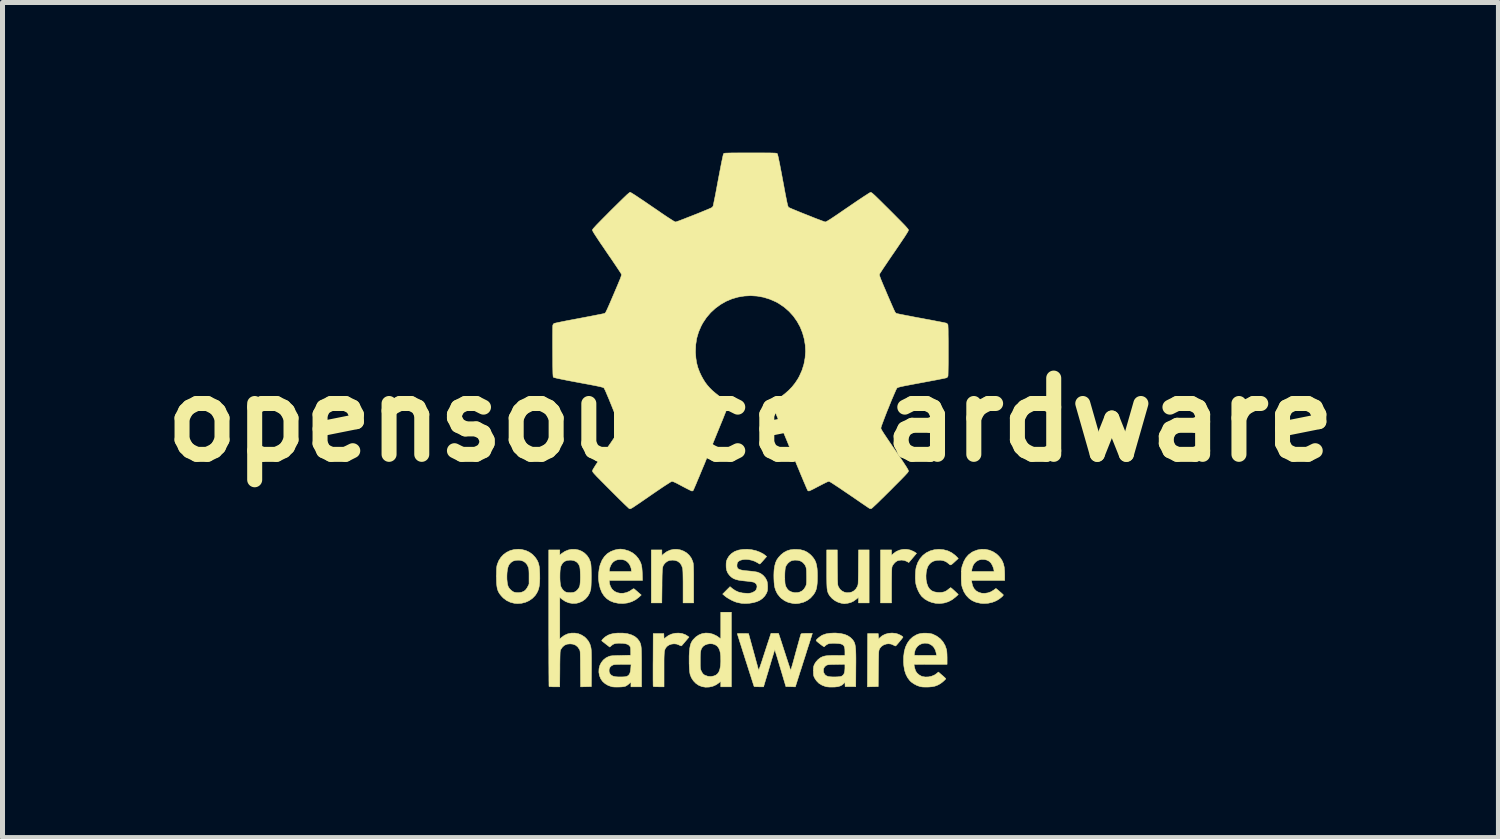
<source format=kicad_pcb>
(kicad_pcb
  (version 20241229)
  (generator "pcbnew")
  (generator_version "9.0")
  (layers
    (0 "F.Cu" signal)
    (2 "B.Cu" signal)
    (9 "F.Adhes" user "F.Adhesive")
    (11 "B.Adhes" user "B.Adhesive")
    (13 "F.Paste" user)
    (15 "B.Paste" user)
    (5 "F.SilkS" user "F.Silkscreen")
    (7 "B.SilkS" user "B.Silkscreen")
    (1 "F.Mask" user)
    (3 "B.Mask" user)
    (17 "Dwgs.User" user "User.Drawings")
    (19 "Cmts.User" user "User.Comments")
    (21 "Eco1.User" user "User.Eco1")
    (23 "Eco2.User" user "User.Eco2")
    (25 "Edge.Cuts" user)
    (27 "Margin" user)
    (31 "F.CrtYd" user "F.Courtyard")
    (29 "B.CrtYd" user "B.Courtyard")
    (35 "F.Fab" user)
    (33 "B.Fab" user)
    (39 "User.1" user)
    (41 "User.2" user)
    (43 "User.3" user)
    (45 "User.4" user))
  (footprint "opensourcehardware"
    (layer "F.Cu")
    (at 11.945 5.339)
    (property "Reference" "opensourcehardware" (at 0 0 0) (layer "F.SilkS") (effects (font (size 1.524 1.524) (thickness 0.3))))
    (attr through_hole)
    (fp_poly (pts (xy 3.192 2.601) (xy 3.26 2.63) (xy 3.295 2.651) (xy 3.318 2.668) (xy 3.164 2.851) (xy 3.121 2.827) (xy 3.072 2.808) (xy 3.018 2.802) (xy 2.965 2.808) (xy 2.933 2.818) (xy 2.898 2.841) (xy 2.865 2.875) (xy 2.839 2.913) (xy 2.829 2.937) (xy 2.826 2.954) (xy 2.824 2.985) (xy 2.822 3.031) (xy 2.821 3.092) (xy 2.82 3.169) (xy 2.819 3.262) (xy 2.819 3.314) (xy 2.819 3.658) (xy 2.599 3.658) (xy 2.599 2.599) (xy 2.819 2.599) (xy 2.819 2.707) (xy 2.855 2.674) (xy 2.913 2.631) (xy 2.978 2.603) (xy 3.048 2.588) (xy 3.12 2.587) (xy 3.192 2.601)) (stroke (width 0.01) (type solid)) (fill yes) (layer "F.SilkS"))
    (fp_poly (pts (xy 2.9 4.267) (xy 2.931 4.275) (xy 2.963 4.287) (xy 2.995 4.302) (xy 3.022 4.318) (xy 3.041 4.332) (xy 3.048 4.342) (xy 3.043 4.35) (xy 3.029 4.368) (xy 3.01 4.393) (xy 2.986 4.422) (xy 2.962 4.451) (xy 2.939 4.478) (xy 2.92 4.5) (xy 2.913 4.507) (xy 2.903 4.516) (xy 2.893 4.518) (xy 2.879 4.512) (xy 2.861 4.502) (xy 2.81 4.48) (xy 2.759 4.474) (xy 2.714 4.479) (xy 2.662 4.497) (xy 2.617 4.527) (xy 2.584 4.567) (xy 2.58 4.574) (xy 2.576 4.583) (xy 2.572 4.593) (xy 2.569 4.604) (xy 2.566 4.619) (xy 2.564 4.639) (xy 2.562 4.665) (xy 2.561 4.701) (xy 2.56 4.746) (xy 2.559 4.803) (xy 2.558 4.874) (xy 2.557 4.96) (xy 2.557 4.97) (xy 2.553 5.33) (xy 2.445 5.332) (xy 2.337 5.335) (xy 2.339 4.803) (xy 2.341 4.271) (xy 2.553 4.271) (xy 2.557 4.325) (xy 2.561 4.379) (xy 2.582 4.357) (xy 2.632 4.315) (xy 2.692 4.284) (xy 2.759 4.266) (xy 2.829 4.26) (xy 2.9 4.267)) (stroke (width 0.01) (type solid)) (fill yes) (layer "F.SilkS"))
    (fp_poly (pts (xy -1.365 4.27) (xy -1.301 4.293) (xy -1.249 4.325) (xy -1.228 4.341) (xy -1.3 4.426) (xy -1.327 4.458) (xy -1.351 4.486) (xy -1.368 4.506) (xy -1.378 4.516) (xy -1.379 4.516) (xy -1.39 4.515) (xy -1.41 4.507) (xy -1.428 4.498) (xy -1.475 4.48) (xy -1.526 4.475) (xy -1.578 4.481) (xy -1.626 4.498) (xy -1.666 4.525) (xy -1.681 4.542) (xy -1.692 4.557) (xy -1.701 4.571) (xy -1.708 4.587) (xy -1.714 4.605) (xy -1.719 4.628) (xy -1.722 4.658) (xy -1.724 4.695) (xy -1.726 4.742) (xy -1.727 4.801) (xy -1.727 4.872) (xy -1.727 4.959) (xy -1.727 4.988) (xy -1.727 5.334) (xy -1.833 5.334) (xy -1.882 5.333) (xy -1.915 5.332) (xy -1.935 5.329) (xy -1.943 5.324) (xy -1.943 5.323) (xy -1.944 5.313) (xy -1.945 5.288) (xy -1.945 5.248) (xy -1.946 5.196) (xy -1.946 5.133) (xy -1.946 5.061) (xy -1.946 4.98) (xy -1.946 4.893) (xy -1.945 4.801) (xy -1.945 4.792) (xy -1.943 4.271) (xy -1.731 4.271) (xy -1.729 4.325) (xy -1.726 4.378) (xy -1.693 4.349) (xy -1.637 4.308) (xy -1.573 4.28) (xy -1.504 4.264) (xy -1.434 4.261) (xy -1.365 4.27)) (stroke (width 0.01) (type solid)) (fill yes) (layer "F.SilkS"))
    (fp_poly (pts (xy -1.399 2.599) (xy -1.335 2.623) (xy -1.276 2.658) (xy -1.225 2.705) (xy -1.183 2.762) (xy -1.154 2.828) (xy -1.148 2.849) (xy -1.144 2.864) (xy -1.142 2.882) (xy -1.14 2.906) (xy -1.138 2.937) (xy -1.137 2.976) (xy -1.136 3.026) (xy -1.135 3.087) (xy -1.135 3.161) (xy -1.135 3.25) (xy -1.135 3.278) (xy -1.135 3.658) (xy -1.346 3.658) (xy -1.346 3.329) (xy -1.346 3.238) (xy -1.347 3.162) (xy -1.348 3.1) (xy -1.349 3.05) (xy -1.351 3.012) (xy -1.353 2.984) (xy -1.356 2.964) (xy -1.358 2.957) (xy -1.38 2.9) (xy -1.413 2.856) (xy -1.457 2.824) (xy -1.511 2.807) (xy -1.557 2.803) (xy -1.614 2.808) (xy -1.66 2.826) (xy -1.7 2.856) (xy -1.711 2.869) (xy -1.724 2.884) (xy -1.734 2.898) (xy -1.742 2.912) (xy -1.749 2.929) (xy -1.754 2.951) (xy -1.758 2.978) (xy -1.761 3.013) (xy -1.763 3.057) (xy -1.765 3.112) (xy -1.766 3.18) (xy -1.767 3.262) (xy -1.767 3.313) (xy -1.771 3.658) (xy -1.981 3.658) (xy -1.981 2.599) (xy -1.77 2.599) (xy -1.77 2.711) (xy -1.729 2.675) (xy -1.669 2.632) (xy -1.604 2.603) (xy -1.535 2.588) (xy -1.466 2.587) (xy -1.399 2.599)) (stroke (width 0.01) (type solid)) (fill yes) (layer "F.SilkS"))
    (fp_poly (pts (xy 1.737 2.949) (xy 1.738 3.035) (xy 1.739 3.106) (xy 1.739 3.164) (xy 1.74 3.209) (xy 1.742 3.245) (xy 1.743 3.272) (xy 1.745 3.292) (xy 1.748 3.308) (xy 1.751 3.32) (xy 1.755 3.33) (xy 1.758 3.336) (xy 1.788 3.384) (xy 1.828 3.419) (xy 1.874 3.443) (xy 1.923 3.454) (xy 1.974 3.453) (xy 2.024 3.441) (xy 2.069 3.416) (xy 2.107 3.379) (xy 2.134 3.334) (xy 2.139 3.323) (xy 2.144 3.312) (xy 2.147 3.299) (xy 2.15 3.284) (xy 2.152 3.263) (xy 2.153 3.236) (xy 2.154 3.201) (xy 2.155 3.155) (xy 2.156 3.098) (xy 2.157 3.027) (xy 2.157 2.944) (xy 2.16 2.599) (xy 2.371 2.599) (xy 2.371 3.658) (xy 2.159 3.658) (xy 2.159 3.547) (xy 2.111 3.586) (xy 2.058 3.624) (xy 2.005 3.649) (xy 1.946 3.664) (xy 1.931 3.666) (xy 1.902 3.67) (xy 1.881 3.673) (xy 1.871 3.673) (xy 1.861 3.672) (xy 1.84 3.668) (xy 1.82 3.665) (xy 1.754 3.646) (xy 1.691 3.614) (xy 1.634 3.571) (xy 1.587 3.519) (xy 1.572 3.496) (xy 1.561 3.477) (xy 1.552 3.458) (xy 1.545 3.439) (xy 1.539 3.416) (xy 1.534 3.39) (xy 1.53 3.357) (xy 1.528 3.317) (xy 1.526 3.267) (xy 1.525 3.207) (xy 1.524 3.134) (xy 1.524 3.047) (xy 1.524 2.978) (xy 1.524 2.599) (xy 1.735 2.599) (xy 1.737 2.949)) (stroke (width 0.01) (type solid)) (fill yes) (layer "F.SilkS"))
    (fp_poly (pts (xy 3.858 2.595) (xy 3.944 2.618) (xy 4.022 2.656) (xy 4.092 2.709) (xy 4.112 2.728) (xy 4.153 2.77) (xy 4.094 2.824) (xy 4.058 2.857) (xy 4.032 2.88) (xy 4.014 2.893) (xy 4 2.898) (xy 3.988 2.896) (xy 3.976 2.888) (xy 3.963 2.876) (xy 3.916 2.84) (xy 3.869 2.818) (xy 3.815 2.806) (xy 3.792 2.804) (xy 3.721 2.807) (xy 3.659 2.823) (xy 3.607 2.852) (xy 3.566 2.895) (xy 3.543 2.933) (xy 3.525 2.984) (xy 3.512 3.046) (xy 3.507 3.114) (xy 3.509 3.182) (xy 3.511 3.202) (xy 3.527 3.277) (xy 3.55 3.337) (xy 3.583 3.384) (xy 3.626 3.418) (xy 3.68 3.439) (xy 3.745 3.449) (xy 3.772 3.45) (xy 3.827 3.447) (xy 3.872 3.437) (xy 3.913 3.418) (xy 3.955 3.387) (xy 3.96 3.382) (xy 3.981 3.366) (xy 3.996 3.355) (xy 4.002 3.353) (xy 4.01 3.359) (xy 4.029 3.374) (xy 4.054 3.396) (xy 4.081 3.421) (xy 4.153 3.489) (xy 4.104 3.535) (xy 4.032 3.592) (xy 3.953 3.634) (xy 3.868 3.66) (xy 3.779 3.67) (xy 3.698 3.665) (xy 3.622 3.648) (xy 3.549 3.619) (xy 3.482 3.58) (xy 3.427 3.532) (xy 3.417 3.521) (xy 3.384 3.475) (xy 3.353 3.418) (xy 3.327 3.355) (xy 3.309 3.293) (xy 3.305 3.277) (xy 3.299 3.226) (xy 3.295 3.166) (xy 3.296 3.102) (xy 3.299 3.039) (xy 3.305 2.981) (xy 3.314 2.935) (xy 3.314 2.934) (xy 3.346 2.847) (xy 3.39 2.772) (xy 3.446 2.708) (xy 3.512 2.657) (xy 3.587 2.62) (xy 3.671 2.596) (xy 3.763 2.587) (xy 3.768 2.587) (xy 3.858 2.595)) (stroke (width 0.01) (type solid)) (fill yes) (layer "F.SilkS"))
    (fp_poly (pts (xy -0.381 5.334) (xy -0.593 5.334) (xy -0.593 5.222) (xy -0.626 5.252) (xy -0.684 5.293) (xy -0.751 5.323) (xy -0.823 5.339) (xy -0.897 5.342) (xy -0.966 5.331) (xy -1.032 5.305) (xy -1.091 5.265) (xy -1.141 5.213) (xy -1.18 5.153) (xy -1.206 5.086) (xy -1.21 5.065) (xy -1.216 5.027) (xy -1.22 4.976) (xy -1.223 4.916) (xy -1.225 4.851) (xy -1.225 4.809) (xy -1.003 4.809) (xy -1.003 4.867) (xy -1.003 4.91) (xy -1.001 4.942) (xy -0.999 4.966) (xy -0.996 4.984) (xy -0.991 5) (xy -0.984 5.015) (xy -0.984 5.016) (xy -0.964 5.054) (xy -0.944 5.08) (xy -0.92 5.098) (xy -0.91 5.103) (xy -0.852 5.124) (xy -0.791 5.129) (xy -0.732 5.118) (xy -0.689 5.1) (xy -0.655 5.072) (xy -0.629 5.033) (xy -0.611 4.982) (xy -0.599 4.918) (xy -0.593 4.839) (xy -0.593 4.801) (xy -0.595 4.722) (xy -0.602 4.658) (xy -0.614 4.606) (xy -0.632 4.565) (xy -0.656 4.531) (xy -0.672 4.515) (xy -0.712 4.49) (xy -0.759 4.476) (xy -0.81 4.473) (xy -0.861 4.481) (xy -0.908 4.499) (xy -0.946 4.526) (xy -0.963 4.546) (xy -0.976 4.568) (xy -0.986 4.59) (xy -0.993 4.617) (xy -0.998 4.649) (xy -1.001 4.691) (xy -1.003 4.744) (xy -1.003 4.809) (xy -1.225 4.809) (xy -1.225 4.784) (xy -1.225 4.72) (xy -1.222 4.662) (xy -1.22 4.634) (xy -1.213 4.566) (xy -1.203 4.512) (xy -1.19 4.468) (xy -1.171 4.43) (xy -1.147 4.395) (xy -1.147 4.395) (xy -1.092 4.339) (xy -1.031 4.298) (xy -0.964 4.271) (xy -0.893 4.26) (xy -0.821 4.264) (xy -0.748 4.283) (xy -0.677 4.317) (xy -0.637 4.344) (xy -0.593 4.378) (xy -0.593 3.844) (xy -0.381 3.844) (xy -0.381 5.334)) (stroke (width 0.01) (type solid)) (fill yes) (layer "F.SilkS"))
    (fp_poly (pts (xy -2.56 2.586) (xy -2.512 2.595) (xy -2.511 2.595) (xy -2.427 2.621) (xy -2.353 2.66) (xy -2.289 2.712) (xy -2.236 2.777) (xy -2.234 2.781) (xy -2.21 2.822) (xy -2.191 2.862) (xy -2.178 2.906) (xy -2.169 2.956) (xy -2.164 3.017) (xy -2.161 3.076) (xy -2.157 3.209) (xy -2.819 3.209) (xy -2.819 3.238) (xy -2.813 3.283) (xy -2.796 3.332) (xy -2.77 3.376) (xy -2.759 3.39) (xy -2.715 3.428) (xy -2.662 3.453) (xy -2.604 3.465) (xy -2.542 3.465) (xy -2.479 3.452) (xy -2.418 3.426) (xy -2.375 3.398) (xy -2.352 3.382) (xy -2.338 3.375) (xy -2.328 3.376) (xy -2.321 3.38) (xy -2.309 3.39) (xy -2.287 3.409) (xy -2.26 3.432) (xy -2.245 3.446) (xy -2.182 3.5) (xy -2.228 3.543) (xy -2.296 3.595) (xy -2.374 3.634) (xy -2.458 3.659) (xy -2.548 3.67) (xy -2.641 3.665) (xy -2.642 3.665) (xy -2.729 3.647) (xy -2.806 3.616) (xy -2.871 3.572) (xy -2.926 3.515) (xy -2.97 3.446) (xy -3.003 3.363) (xy -3.025 3.267) (xy -3.035 3.188) (xy -3.037 3.125) (xy -3.032 3.054) (xy -3.026 3.007) (xy -2.819 3.007) (xy -2.819 3.031) (xy -2.379 3.031) (xy -2.379 3.007) (xy -2.385 2.964) (xy -2.402 2.917) (xy -2.425 2.876) (xy -2.435 2.863) (xy -2.472 2.827) (xy -2.512 2.804) (xy -2.559 2.793) (xy -2.599 2.791) (xy -2.654 2.795) (xy -2.699 2.81) (xy -2.738 2.836) (xy -2.762 2.861) (xy -2.786 2.897) (xy -2.805 2.94) (xy -2.817 2.983) (xy -2.819 3.007) (xy -3.026 3.007) (xy -3.023 2.983) (xy -3.009 2.917) (xy -2.998 2.883) (xy -2.963 2.8) (xy -2.916 2.73) (xy -2.86 2.674) (xy -2.793 2.632) (xy -2.715 2.602) (xy -2.685 2.595) (xy -2.639 2.586) (xy -2.599 2.583) (xy -2.56 2.586)) (stroke (width 0.01) (type solid)) (fill yes) (layer "F.SilkS"))
    (fp_poly (pts (xy -4.575 2.59) (xy -4.492 2.61) (xy -4.417 2.645) (xy -4.351 2.693) (xy -4.296 2.754) (xy -4.285 2.77) (xy -4.261 2.808) (xy -4.243 2.846) (xy -4.23 2.887) (xy -4.22 2.933) (xy -4.214 2.989) (xy -4.211 3.057) (xy -4.21 3.078) (xy -4.209 3.171) (xy -4.212 3.249) (xy -4.219 3.315) (xy -4.231 3.372) (xy -4.249 3.422) (xy -4.273 3.467) (xy -4.3 3.508) (xy -4.355 3.565) (xy -4.42 3.611) (xy -4.494 3.645) (xy -4.573 3.665) (xy -4.656 3.671) (xy -4.716 3.666) (xy -4.798 3.645) (xy -4.872 3.61) (xy -4.939 3.559) (xy -4.977 3.519) (xy -5.006 3.483) (xy -5.029 3.448) (xy -5.046 3.411) (xy -5.059 3.37) (xy -5.067 3.321) (xy -5.073 3.262) (xy -5.075 3.192) (xy -5.076 3.128) (xy -5.076 3.121) (xy -4.867 3.121) (xy -4.866 3.186) (xy -4.86 3.247) (xy -4.851 3.299) (xy -4.837 3.34) (xy -4.836 3.342) (xy -4.81 3.378) (xy -4.775 3.412) (xy -4.737 3.437) (xy -4.723 3.443) (xy -4.686 3.451) (xy -4.64 3.453) (xy -4.595 3.449) (xy -4.565 3.442) (xy -4.521 3.422) (xy -4.488 3.393) (xy -4.46 3.353) (xy -4.451 3.336) (xy -4.424 3.281) (xy -4.424 3.133) (xy -4.424 3.068) (xy -4.426 3.018) (xy -4.429 2.982) (xy -4.434 2.957) (xy -4.436 2.951) (xy -4.462 2.894) (xy -4.498 2.852) (xy -4.542 2.823) (xy -4.598 2.807) (xy -4.622 2.804) (xy -4.687 2.806) (xy -4.743 2.822) (xy -4.788 2.852) (xy -4.824 2.895) (xy -4.83 2.905) (xy -4.845 2.945) (xy -4.857 2.997) (xy -4.864 3.057) (xy -4.867 3.121) (xy -5.076 3.121) (xy -5.075 3.064) (xy -5.074 3.013) (xy -5.073 2.973) (xy -5.07 2.942) (xy -5.066 2.917) (xy -5.061 2.896) (xy -5.031 2.818) (xy -4.988 2.75) (xy -4.934 2.692) (xy -4.87 2.645) (xy -4.798 2.611) (xy -4.719 2.591) (xy -4.635 2.585) (xy -4.575 2.59)) (stroke (width 0.01) (type solid)) (fill yes) (layer "F.SilkS"))
    (fp_poly (pts (xy 4.697 2.588) (xy 4.776 2.605) (xy 4.851 2.637) (xy 4.92 2.683) (xy 4.962 2.723) (xy 5.003 2.772) (xy 5.034 2.824) (xy 5.056 2.88) (xy 5.071 2.945) (xy 5.078 3.02) (xy 5.08 3.092) (xy 5.08 3.209) (xy 4.418 3.209) (xy 4.424 3.253) (xy 4.44 3.319) (xy 4.468 3.373) (xy 4.508 3.416) (xy 4.56 3.446) (xy 4.619 3.464) (xy 4.681 3.467) (xy 4.746 3.457) (xy 4.809 3.434) (xy 4.865 3.399) (xy 4.875 3.391) (xy 4.892 3.378) (xy 4.904 3.37) (xy 4.905 3.37) (xy 4.913 3.375) (xy 4.931 3.389) (xy 4.955 3.409) (xy 4.981 3.432) (xy 5.008 3.455) (xy 5.031 3.476) (xy 5.047 3.491) (xy 5.053 3.498) (xy 5.049 3.509) (xy 5.034 3.527) (xy 5.01 3.548) (xy 4.981 3.571) (xy 4.95 3.592) (xy 4.919 3.61) (xy 4.918 3.611) (xy 4.836 3.645) (xy 4.747 3.665) (xy 4.654 3.67) (xy 4.596 3.665) (xy 4.51 3.646) (xy 4.434 3.614) (xy 4.368 3.567) (xy 4.312 3.508) (xy 4.266 3.436) (xy 4.233 3.352) (xy 4.228 3.335) (xy 4.222 3.309) (xy 4.217 3.279) (xy 4.215 3.243) (xy 4.213 3.196) (xy 4.212 3.135) (xy 4.212 3.133) (xy 4.213 3.076) (xy 4.213 3.033) (xy 4.214 3.031) (xy 4.419 3.031) (xy 4.869 3.031) (xy 4.864 2.995) (xy 4.857 2.969) (xy 4.845 2.935) (xy 4.832 2.904) (xy 4.803 2.857) (xy 4.767 2.824) (xy 4.723 2.802) (xy 4.682 2.792) (xy 4.62 2.789) (xy 4.564 2.801) (xy 4.514 2.828) (xy 4.474 2.867) (xy 4.45 2.906) (xy 4.437 2.94) (xy 4.427 2.975) (xy 4.424 2.991) (xy 4.419 3.031) (xy 4.214 3.031) (xy 4.215 2.999) (xy 4.219 2.972) (xy 4.224 2.946) (xy 4.231 2.919) (xy 4.232 2.917) (xy 4.264 2.83) (xy 4.305 2.757) (xy 4.357 2.697) (xy 4.42 2.649) (xy 4.457 2.629) (xy 4.535 2.6) (xy 4.616 2.586) (xy 4.697 2.588)) (stroke (width 0.01) (type solid)) (fill yes) (layer "F.SilkS"))
    (fp_poly (pts (xy 0.995 2.594) (xy 1.069 2.613) (xy 1.135 2.645) (xy 1.195 2.691) (xy 1.227 2.723) (xy 1.261 2.764) (xy 1.288 2.807) (xy 1.308 2.854) (xy 1.322 2.908) (xy 1.332 2.972) (xy 1.337 3.047) (xy 1.338 3.12) (xy 1.337 3.204) (xy 1.333 3.273) (xy 1.326 3.331) (xy 1.316 3.379) (xy 1.301 3.422) (xy 1.281 3.46) (xy 1.258 3.495) (xy 1.201 3.559) (xy 1.134 3.609) (xy 1.06 3.644) (xy 0.977 3.665) (xy 0.971 3.666) (xy 0.938 3.67) (xy 0.912 3.672) (xy 0.896 3.673) (xy 0.895 3.673) (xy 0.881 3.672) (xy 0.857 3.669) (xy 0.838 3.666) (xy 0.757 3.648) (xy 0.683 3.614) (xy 0.616 3.566) (xy 0.587 3.537) (xy 0.537 3.474) (xy 0.503 3.403) (xy 0.487 3.351) (xy 0.478 3.302) (xy 0.472 3.242) (xy 0.469 3.174) (xy 0.468 3.12) (xy 0.686 3.12) (xy 0.686 3.174) (xy 0.688 3.224) (xy 0.691 3.267) (xy 0.695 3.293) (xy 0.709 3.334) (xy 0.733 3.374) (xy 0.761 3.406) (xy 0.775 3.417) (xy 0.826 3.441) (xy 0.884 3.453) (xy 0.942 3.451) (xy 0.983 3.442) (xy 1.032 3.418) (xy 1.069 3.383) (xy 1.098 3.338) (xy 1.106 3.32) (xy 1.112 3.305) (xy 1.117 3.288) (xy 1.119 3.268) (xy 1.121 3.241) (xy 1.122 3.204) (xy 1.122 3.154) (xy 1.122 3.133) (xy 1.121 3.07) (xy 1.12 3.021) (xy 1.117 2.983) (xy 1.112 2.953) (xy 1.104 2.929) (xy 1.093 2.906) (xy 1.078 2.884) (xy 1.074 2.879) (xy 1.039 2.843) (xy 0.993 2.818) (xy 0.939 2.805) (xy 0.881 2.803) (xy 0.826 2.813) (xy 0.789 2.831) (xy 0.752 2.862) (xy 0.721 2.9) (xy 0.701 2.941) (xy 0.699 2.947) (xy 0.694 2.975) (xy 0.69 3.016) (xy 0.687 3.066) (xy 0.686 3.12) (xy 0.468 3.12) (xy 0.468 3.105) (xy 0.47 3.039) (xy 0.473 2.994) (xy 0.485 2.918) (xy 0.502 2.854) (xy 0.526 2.8) (xy 0.56 2.751) (xy 0.604 2.703) (xy 0.614 2.693) (xy 0.67 2.649) (xy 0.728 2.618) (xy 0.791 2.598) (xy 0.864 2.589) (xy 0.91 2.588) (xy 0.995 2.594)) (stroke (width 0.01) (type solid)) (fill yes) (layer "F.SilkS"))
    (fp_poly (pts (xy 3.576 4.268) (xy 3.629 4.278) (xy 3.645 4.284) (xy 3.724 4.323) (xy 3.792 4.374) (xy 3.847 4.436) (xy 3.889 4.509) (xy 3.916 4.586) (xy 3.923 4.625) (xy 3.927 4.679) (xy 3.929 4.75) (xy 3.929 4.76) (xy 3.929 4.885) (xy 3.598 4.885) (xy 3.525 4.885) (xy 3.458 4.886) (xy 3.398 4.886) (xy 3.347 4.886) (xy 3.308 4.887) (xy 3.281 4.887) (xy 3.269 4.888) (xy 3.268 4.888) (xy 3.271 4.909) (xy 3.277 4.939) (xy 3.286 4.973) (xy 3.295 5.003) (xy 3.302 5.021) (xy 3.33 5.061) (xy 3.37 5.096) (xy 3.416 5.122) (xy 3.429 5.127) (xy 3.489 5.138) (xy 3.554 5.137) (xy 3.619 5.123) (xy 3.679 5.098) (xy 3.726 5.065) (xy 3.755 5.039) (xy 3.829 5.103) (xy 3.858 5.128) (xy 3.882 5.15) (xy 3.898 5.166) (xy 3.903 5.173) (xy 3.897 5.183) (xy 3.88 5.2) (xy 3.857 5.222) (xy 3.831 5.244) (xy 3.804 5.264) (xy 3.784 5.277) (xy 3.735 5.303) (xy 3.686 5.321) (xy 3.632 5.332) (xy 3.569 5.338) (xy 3.543 5.339) (xy 3.481 5.339) (xy 3.433 5.337) (xy 3.395 5.33) (xy 3.392 5.33) (xy 3.328 5.308) (xy 3.267 5.276) (xy 3.213 5.238) (xy 3.184 5.21) (xy 3.139 5.15) (xy 3.105 5.082) (xy 3.08 5.006) (xy 3.065 4.917) (xy 3.059 4.843) (xy 3.06 4.732) (xy 3.066 4.691) (xy 3.273 4.691) (xy 3.275 4.703) (xy 3.275 4.703) (xy 3.284 4.704) (xy 3.308 4.705) (xy 3.345 4.706) (xy 3.391 4.707) (xy 3.445 4.707) (xy 3.499 4.707) (xy 3.719 4.707) (xy 3.713 4.667) (xy 3.697 4.605) (xy 3.669 4.552) (xy 3.636 4.514) (xy 3.588 4.483) (xy 3.536 4.465) (xy 3.482 4.462) (xy 3.429 4.471) (xy 3.38 4.492) (xy 3.338 4.525) (xy 3.305 4.57) (xy 3.296 4.588) (xy 3.288 4.612) (xy 3.281 4.641) (xy 3.276 4.669) (xy 3.273 4.691) (xy 3.066 4.691) (xy 3.073 4.631) (xy 3.098 4.541) (xy 3.135 4.463) (xy 3.183 4.395) (xy 3.242 4.34) (xy 3.312 4.298) (xy 3.349 4.282) (xy 3.397 4.27) (xy 3.455 4.263) (xy 3.517 4.263) (xy 3.576 4.268)) (stroke (width 0.01) (type solid)) (fill yes) (layer "F.SilkS"))
    (fp_poly (pts (xy -2.546 4.262) (xy -2.456 4.273) (xy -2.379 4.296) (xy -2.313 4.328) (xy -2.261 4.371) (xy -2.221 4.423) (xy -2.215 4.435) (xy -2.206 4.453) (xy -2.199 4.471) (xy -2.193 4.491) (xy -2.188 4.515) (xy -2.184 4.543) (xy -2.181 4.577) (xy -2.179 4.62) (xy -2.178 4.672) (xy -2.177 4.736) (xy -2.176 4.813) (xy -2.176 4.904) (xy -2.176 4.949) (xy -2.176 5.334) (xy -2.388 5.334) (xy -2.388 5.239) (xy -2.429 5.276) (xy -2.456 5.298) (xy -2.485 5.316) (xy -2.503 5.325) (xy -2.532 5.331) (xy -2.572 5.336) (xy -2.62 5.338) (xy -2.669 5.339) (xy -2.716 5.338) (xy -2.755 5.335) (xy -2.773 5.331) (xy -2.843 5.307) (xy -2.904 5.271) (xy -2.954 5.227) (xy -2.99 5.176) (xy -3.017 5.11) (xy -3.029 5.042) (xy -3.028 5.022) (xy -2.825 5.022) (xy -2.819 5.049) (xy -2.802 5.081) (xy -2.778 5.105) (xy -2.744 5.122) (xy -2.698 5.133) (xy -2.639 5.137) (xy -2.591 5.137) (xy -2.544 5.136) (xy -2.51 5.134) (xy -2.486 5.13) (xy -2.468 5.124) (xy -2.455 5.118) (xy -2.431 5.099) (xy -2.413 5.072) (xy -2.401 5.036) (xy -2.393 4.986) (xy -2.391 4.964) (xy -2.385 4.885) (xy -2.545 4.885) (xy -2.598 4.886) (xy -2.647 4.887) (xy -2.688 4.889) (xy -2.719 4.891) (xy -2.736 4.894) (xy -2.777 4.913) (xy -2.806 4.943) (xy -2.823 4.98) (xy -2.825 5.022) (xy -3.028 5.022) (xy -3.026 4.974) (xy -3.01 4.91) (xy -2.981 4.851) (xy -2.94 4.799) (xy -2.888 4.757) (xy -2.838 4.732) (xy -2.822 4.725) (xy -2.804 4.72) (xy -2.785 4.717) (xy -2.759 4.714) (xy -2.726 4.712) (xy -2.683 4.71) (xy -2.627 4.709) (xy -2.591 4.708) (xy -2.392 4.703) (xy -2.393 4.625) (xy -2.394 4.585) (xy -2.396 4.557) (xy -2.401 4.538) (xy -2.41 4.524) (xy -2.41 4.523) (xy -2.432 4.5) (xy -2.462 4.483) (xy -2.501 4.472) (xy -2.553 4.465) (xy -2.582 4.464) (xy -2.641 4.463) (xy -2.687 4.467) (xy -2.723 4.476) (xy -2.753 4.491) (xy -2.777 4.51) (xy -2.811 4.54) (xy -2.891 4.479) (xy -2.922 4.454) (xy -2.948 4.434) (xy -2.965 4.42) (xy -2.972 4.414) (xy -2.972 4.414) (xy -2.966 4.401) (xy -2.95 4.381) (xy -2.927 4.359) (xy -2.902 4.338) (xy -2.892 4.331) (xy -2.846 4.303) (xy -2.798 4.284) (xy -2.743 4.271) (xy -2.678 4.263) (xy -2.646 4.261) (xy -2.546 4.262)) (stroke (width 0.01) (type solid)) (fill yes) (layer "F.SilkS"))
    (fp_poly (pts (xy 0.023 2.595) (xy 0.109 2.614) (xy 0.189 2.644) (xy 0.261 2.682) (xy 0.295 2.708) (xy 0.323 2.731) (xy 0.257 2.807) (xy 0.231 2.836) (xy 0.209 2.86) (xy 0.193 2.876) (xy 0.186 2.881) (xy 0.175 2.876) (xy 0.156 2.864) (xy 0.138 2.853) (xy 0.084 2.825) (xy 0.024 2.805) (xy -0.037 2.792) (xy -0.098 2.788) (xy -0.154 2.793) (xy -0.202 2.806) (xy -0.237 2.826) (xy -0.255 2.844) (xy -0.264 2.864) (xy -0.269 2.893) (xy -0.269 2.894) (xy -0.27 2.925) (xy -0.264 2.951) (xy -0.251 2.971) (xy -0.229 2.986) (xy -0.195 2.998) (xy -0.149 3.008) (xy -0.089 3.015) (xy -0.042 3.019) (xy 0.008 3.024) (xy 0.057 3.03) (xy 0.098 3.036) (xy 0.129 3.041) (xy 0.141 3.044) (xy 0.201 3.069) (xy 0.254 3.108) (xy 0.297 3.157) (xy 0.327 3.213) (xy 0.332 3.229) (xy 0.337 3.254) (xy 0.341 3.289) (xy 0.343 3.328) (xy 0.343 3.34) (xy 0.342 3.381) (xy 0.339 3.41) (xy 0.332 3.436) (xy 0.321 3.463) (xy 0.32 3.465) (xy 0.286 3.52) (xy 0.239 3.569) (xy 0.183 3.608) (xy 0.18 3.609) (xy 0.123 3.634) (xy 0.054 3.653) (xy -0.021 3.665) (xy -0.096 3.67) (xy -0.167 3.667) (xy -0.176 3.666) (xy -0.215 3.659) (xy -0.256 3.65) (xy -0.278 3.645) (xy -0.322 3.629) (xy -0.373 3.606) (xy -0.424 3.578) (xy -0.472 3.549) (xy -0.509 3.521) (xy -0.514 3.517) (xy -0.555 3.481) (xy -0.408 3.333) (xy -0.367 3.368) (xy -0.303 3.412) (xy -0.234 3.443) (xy -0.158 3.46) (xy -0.075 3.466) (xy -0.035 3.466) (xy -0.006 3.463) (xy 0.017 3.458) (xy 0.041 3.449) (xy 0.055 3.442) (xy 0.084 3.426) (xy 0.103 3.41) (xy 0.116 3.39) (xy 0.12 3.381) (xy 0.132 3.339) (xy 0.127 3.301) (xy 0.108 3.271) (xy 0.074 3.247) (xy 0.071 3.246) (xy 0.053 3.241) (xy 0.022 3.236) (xy -0.018 3.23) (xy -0.065 3.224) (xy -0.098 3.221) (xy -0.175 3.213) (xy -0.238 3.203) (xy -0.289 3.19) (xy -0.331 3.174) (xy -0.366 3.154) (xy -0.397 3.128) (xy -0.422 3.102) (xy -0.454 3.058) (xy -0.474 3.009) (xy -0.485 2.951) (xy -0.486 2.904) (xy -0.485 2.864) (xy -0.481 2.833) (xy -0.473 2.805) (xy -0.462 2.779) (xy -0.428 2.723) (xy -0.381 2.674) (xy -0.325 2.636) (xy -0.309 2.628) (xy -0.235 2.602) (xy -0.152 2.589) (xy -0.065 2.586) (xy 0.023 2.595)) (stroke (width 0.01) (type solid)) (fill yes) (layer "F.SilkS"))
    (fp_poly (pts (xy 1.714 4.261) (xy 1.804 4.27) (xy 1.88 4.287) (xy 1.943 4.313) (xy 1.996 4.348) (xy 2.027 4.378) (xy 2.045 4.398) (xy 2.059 4.418) (xy 2.072 4.44) (xy 2.082 4.465) (xy 2.09 4.494) (xy 2.096 4.529) (xy 2.101 4.572) (xy 2.104 4.624) (xy 2.106 4.686) (xy 2.107 4.761) (xy 2.107 4.849) (xy 2.106 4.953) (xy 2.106 4.966) (xy 2.104 5.33) (xy 1.892 5.33) (xy 1.89 5.286) (xy 1.887 5.241) (xy 1.862 5.27) (xy 1.832 5.297) (xy 1.794 5.317) (xy 1.748 5.331) (xy 1.688 5.338) (xy 1.651 5.339) (xy 1.58 5.339) (xy 1.525 5.334) (xy 1.505 5.33) (xy 1.432 5.303) (xy 1.369 5.265) (xy 1.318 5.213) (xy 1.284 5.161) (xy 1.272 5.136) (xy 1.264 5.116) (xy 1.26 5.093) (xy 1.258 5.065) (xy 1.258 5.025) (xy 1.258 5.021) (xy 1.258 5.005) (xy 1.457 5.005) (xy 1.462 5.045) (xy 1.481 5.082) (xy 1.497 5.1) (xy 1.521 5.116) (xy 1.553 5.128) (xy 1.594 5.134) (xy 1.648 5.137) (xy 1.693 5.137) (xy 1.743 5.135) (xy 1.78 5.132) (xy 1.806 5.127) (xy 1.824 5.121) (xy 1.827 5.119) (xy 1.854 5.098) (xy 1.873 5.066) (xy 1.884 5.022) (xy 1.888 4.965) (xy 1.888 4.959) (xy 1.888 4.884) (xy 1.717 4.887) (xy 1.656 4.888) (xy 1.611 4.889) (xy 1.577 4.891) (xy 1.552 4.894) (xy 1.535 4.898) (xy 1.522 4.902) (xy 1.517 4.905) (xy 1.485 4.931) (xy 1.464 4.966) (xy 1.457 5.005) (xy 1.258 5.005) (xy 1.258 4.978) (xy 1.26 4.948) (xy 1.264 4.924) (xy 1.272 4.902) (xy 1.279 4.885) (xy 1.308 4.838) (xy 1.346 4.795) (xy 1.39 4.759) (xy 1.409 4.748) (xy 1.436 4.735) (xy 1.464 4.725) (xy 1.494 4.718) (xy 1.529 4.713) (xy 1.573 4.71) (xy 1.628 4.708) (xy 1.696 4.708) (xy 1.708 4.708) (xy 1.888 4.707) (xy 1.888 4.629) (xy 1.886 4.578) (xy 1.878 4.538) (xy 1.863 4.509) (xy 1.839 4.489) (xy 1.803 4.476) (xy 1.755 4.469) (xy 1.693 4.466) (xy 1.681 4.466) (xy 1.634 4.466) (xy 1.6 4.468) (xy 1.576 4.47) (xy 1.558 4.475) (xy 1.542 4.482) (xy 1.535 4.485) (xy 1.511 4.501) (xy 1.491 4.517) (xy 1.487 4.522) (xy 1.481 4.53) (xy 1.475 4.533) (xy 1.465 4.531) (xy 1.45 4.522) (xy 1.426 4.505) (xy 1.393 4.48) (xy 1.362 4.456) (xy 1.336 4.434) (xy 1.319 4.418) (xy 1.312 4.41) (xy 1.319 4.396) (xy 1.337 4.376) (xy 1.362 4.354) (xy 1.392 4.331) (xy 1.422 4.311) (xy 1.443 4.3) (xy 1.509 4.277) (xy 1.587 4.264) (xy 1.677 4.26) (xy 1.714 4.261)) (stroke (width 0.01) (type solid)) (fill yes) (layer "F.SilkS"))
    (fp_poly (pts (xy 0.571 4.295) (xy 0.575 4.309) (xy 0.585 4.337) (xy 0.598 4.377) (xy 0.615 4.428) (xy 0.634 4.488) (xy 0.656 4.555) (xy 0.679 4.627) (xy 0.691 4.663) (xy 0.714 4.735) (xy 0.736 4.802) (xy 0.756 4.863) (xy 0.773 4.914) (xy 0.787 4.956) (xy 0.797 4.985) (xy 0.803 5.001) (xy 0.805 5.004) (xy 0.808 4.996) (xy 0.815 4.973) (xy 0.825 4.938) (xy 0.839 4.891) (xy 0.855 4.834) (xy 0.873 4.769) (xy 0.892 4.698) (xy 0.905 4.65) (xy 0.926 4.575) (xy 0.945 4.505) (xy 0.963 4.442) (xy 0.978 4.386) (xy 0.991 4.341) (xy 1.001 4.307) (xy 1.007 4.287) (xy 1.009 4.282) (xy 1.014 4.276) (xy 1.024 4.272) (xy 1.04 4.269) (xy 1.067 4.268) (xy 1.107 4.267) (xy 1.127 4.267) (xy 1.237 4.267) (xy 1.231 4.286) (xy 1.227 4.3) (xy 1.218 4.329) (xy 1.205 4.369) (xy 1.189 4.421) (xy 1.17 4.481) (xy 1.148 4.547) (xy 1.125 4.619) (xy 1.102 4.694) (xy 1.077 4.771) (xy 1.053 4.846) (xy 1.03 4.919) (xy 1.008 4.988) (xy 0.987 5.051) (xy 0.97 5.106) (xy 0.956 5.15) (xy 0.897 5.335) (xy 0.802 5.332) (xy 0.708 5.33) (xy 0.598 4.96) (xy 0.575 4.884) (xy 0.554 4.814) (xy 0.535 4.75) (xy 0.518 4.695) (xy 0.504 4.65) (xy 0.494 4.617) (xy 0.488 4.597) (xy 0.485 4.592) (xy 0.483 4.6) (xy 0.476 4.623) (xy 0.465 4.658) (xy 0.451 4.704) (xy 0.434 4.759) (xy 0.415 4.822) (xy 0.395 4.89) (xy 0.394 4.894) (xy 0.372 4.966) (xy 0.352 5.035) (xy 0.332 5.1) (xy 0.315 5.158) (xy 0.3 5.206) (xy 0.289 5.243) (xy 0.283 5.264) (xy 0.262 5.334) (xy 0.17 5.334) (xy 0.132 5.333) (xy 0.101 5.332) (xy 0.08 5.33) (xy 0.074 5.328) (xy 0.07 5.318) (xy 0.062 5.295) (xy 0.05 5.258) (xy 0.035 5.211) (xy 0.017 5.154) (xy -0.004 5.089) (xy -0.027 5.017) (xy -0.051 4.942) (xy -0.076 4.863) (xy -0.102 4.783) (xy -0.127 4.703) (xy -0.152 4.626) (xy -0.175 4.552) (xy -0.197 4.483) (xy -0.217 4.421) (xy -0.233 4.368) (xy -0.247 4.325) (xy -0.256 4.294) (xy -0.262 4.277) (xy -0.262 4.273) (xy -0.255 4.271) (xy -0.233 4.269) (xy -0.2 4.269) (xy -0.16 4.269) (xy -0.15 4.269) (xy -0.038 4.271) (xy 0.061 4.631) (xy 0.082 4.707) (xy 0.101 4.777) (xy 0.118 4.841) (xy 0.134 4.897) (xy 0.146 4.943) (xy 0.156 4.977) (xy 0.161 4.998) (xy 0.163 5.004) (xy 0.166 5) (xy 0.174 4.981) (xy 0.185 4.951) (xy 0.199 4.91) (xy 0.216 4.861) (xy 0.232 4.813) (xy 0.254 4.744) (xy 0.279 4.668) (xy 0.304 4.591) (xy 0.328 4.517) (xy 0.349 4.453) (xy 0.354 4.439) (xy 0.41 4.267) (xy 0.56 4.267) (xy 0.571 4.295)) (stroke (width 0.01) (type solid)) (fill yes) (layer "F.SilkS"))
    (fp_poly (pts (xy -3.436 2.6) (xy -3.373 2.625) (xy -3.316 2.662) (xy -3.267 2.71) (xy -3.227 2.768) (xy -3.199 2.836) (xy -3.191 2.87) (xy -3.187 2.9) (xy -3.184 2.943) (xy -3.182 2.997) (xy -3.181 3.057) (xy -3.18 3.122) (xy -3.181 3.186) (xy -3.182 3.248) (xy -3.184 3.303) (xy -3.187 3.349) (xy -3.19 3.382) (xy -3.191 3.387) (xy -3.213 3.46) (xy -3.25 3.525) (xy -3.298 3.579) (xy -3.357 3.622) (xy -3.426 3.653) (xy -3.481 3.666) (xy -3.555 3.669) (xy -3.629 3.656) (xy -3.699 3.628) (xy -3.765 3.584) (xy -3.765 3.584) (xy -3.81 3.547) (xy -3.81 4.379) (xy -3.776 4.349) (xy -3.716 4.305) (xy -3.65 4.276) (xy -3.58 4.262) (xy -3.508 4.261) (xy -3.437 4.274) (xy -3.37 4.302) (xy -3.309 4.343) (xy -3.281 4.37) (xy -3.236 4.425) (xy -3.206 4.485) (xy -3.187 4.554) (xy -3.183 4.584) (xy -3.181 4.608) (xy -3.179 4.646) (xy -3.178 4.697) (xy -3.177 4.758) (xy -3.177 4.826) (xy -3.177 4.9) (xy -3.177 4.977) (xy -3.177 4.991) (xy -3.179 5.33) (xy -3.394 5.335) (xy -3.397 4.977) (xy -3.398 4.889) (xy -3.398 4.817) (xy -3.399 4.759) (xy -3.4 4.712) (xy -3.401 4.676) (xy -3.402 4.649) (xy -3.404 4.628) (xy -3.407 4.613) (xy -3.41 4.602) (xy -3.413 4.593) (xy -3.418 4.585) (xy -3.452 4.536) (xy -3.494 4.502) (xy -3.546 4.482) (xy -3.603 4.476) (xy -3.663 4.482) (xy -3.714 4.503) (xy -3.755 4.538) (xy -3.787 4.585) (xy -3.792 4.593) (xy -3.796 4.603) (xy -3.799 4.614) (xy -3.801 4.63) (xy -3.803 4.65) (xy -3.804 4.678) (xy -3.805 4.715) (xy -3.806 4.762) (xy -3.807 4.821) (xy -3.808 4.894) (xy -3.808 4.976) (xy -3.811 5.334) (xy -3.915 5.334) (xy -3.955 5.334) (xy -3.989 5.332) (xy -4.013 5.331) (xy -4.024 5.328) (xy -4.024 5.328) (xy -4.025 5.319) (xy -4.026 5.294) (xy -4.026 5.254) (xy -4.027 5.2) (xy -4.027 5.132) (xy -4.028 5.052) (xy -4.028 4.96) (xy -4.029 4.858) (xy -4.029 4.746) (xy -4.029 4.625) (xy -4.03 4.496) (xy -4.03 4.36) (xy -4.03 4.218) (xy -4.03 4.071) (xy -4.03 3.961) (xy -4.03 3.117) (xy -3.807 3.117) (xy -3.807 3.176) (xy -3.804 3.231) (xy -3.799 3.279) (xy -3.793 3.316) (xy -3.79 3.326) (xy -3.77 3.367) (xy -3.742 3.403) (xy -3.71 3.431) (xy -3.681 3.445) (xy -3.643 3.451) (xy -3.597 3.453) (xy -3.553 3.45) (xy -3.526 3.445) (xy -3.491 3.428) (xy -3.457 3.398) (xy -3.429 3.361) (xy -3.411 3.322) (xy -3.406 3.293) (xy -3.402 3.251) (xy -3.399 3.2) (xy -3.398 3.144) (xy -3.399 3.087) (xy -3.401 3.033) (xy -3.404 2.984) (xy -3.409 2.946) (xy -3.414 2.925) (xy -3.439 2.875) (xy -3.476 2.838) (xy -3.523 2.814) (xy -3.581 2.803) (xy -3.604 2.803) (xy -3.664 2.809) (xy -3.712 2.827) (xy -3.75 2.858) (xy -3.778 2.903) (xy -3.79 2.931) (xy -3.797 2.963) (xy -3.803 3.007) (xy -3.806 3.06) (xy -3.807 3.117) (xy -4.03 3.117) (xy -4.03 2.599) (xy -3.81 2.599) (xy -3.81 2.651) (xy -3.81 2.702) (xy -3.773 2.672) (xy -3.709 2.629) (xy -3.642 2.601) (xy -3.572 2.587) (xy -3.503 2.587) (xy -3.436 2.6)) (stroke (width 0.01) (type solid)) (fill yes) (layer "F.SilkS"))
    (fp_poly (pts (xy 0.107 -5.334) (xy 0.199 -5.334) (xy 0.276 -5.334) (xy 0.34 -5.333) (xy 0.393 -5.333) (xy 0.434 -5.332) (xy 0.467 -5.331) (xy 0.491 -5.33) (xy 0.509 -5.328) (xy 0.521 -5.326) (xy 0.529 -5.324) (xy 0.533 -5.321) (xy 0.536 -5.319) (xy 0.541 -5.308) (xy 0.547 -5.283) (xy 0.557 -5.243) (xy 0.568 -5.188) (xy 0.583 -5.118) (xy 0.599 -5.032) (xy 0.619 -4.93) (xy 0.641 -4.811) (xy 0.643 -4.8) (xy 0.664 -4.691) (xy 0.681 -4.597) (xy 0.696 -4.517) (xy 0.709 -4.451) (xy 0.72 -4.396) (xy 0.729 -4.352) (xy 0.737 -4.317) (xy 0.743 -4.291) (xy 0.749 -4.272) (xy 0.754 -4.259) (xy 0.758 -4.251) (xy 0.762 -4.246) (xy 0.764 -4.245) (xy 0.778 -4.238) (xy 0.805 -4.226) (xy 0.844 -4.209) (xy 0.893 -4.189) (xy 0.949 -4.166) (xy 1.01 -4.141) (xy 1.075 -4.115) (xy 1.141 -4.089) (xy 1.207 -4.063) (xy 1.271 -4.037) (xy 1.33 -4.014) (xy 1.384 -3.994) (xy 1.429 -3.977) (xy 1.464 -3.964) (xy 1.487 -3.956) (xy 1.495 -3.954) (xy 1.503 -3.956) (xy 1.517 -3.962) (xy 1.537 -3.973) (xy 1.564 -3.989) (xy 1.599 -4.011) (xy 1.643 -4.04) (xy 1.697 -4.076) (xy 1.762 -4.12) (xy 1.839 -4.173) (xy 1.928 -4.234) (xy 1.948 -4.247) (xy 2.025 -4.3) (xy 2.098 -4.35) (xy 2.166 -4.396) (xy 2.228 -4.437) (xy 2.282 -4.473) (xy 2.328 -4.502) (xy 2.363 -4.525) (xy 2.387 -4.539) (xy 2.399 -4.545) (xy 2.399 -4.545) (xy 2.405 -4.545) (xy 2.412 -4.543) (xy 2.421 -4.538) (xy 2.433 -4.529) (xy 2.45 -4.515) (xy 2.471 -4.496) (xy 2.499 -4.47) (xy 2.533 -4.437) (xy 2.576 -4.395) (xy 2.627 -4.345) (xy 2.687 -4.285) (xy 2.759 -4.214) (xy 2.791 -4.182) (xy 2.868 -4.105) (xy 2.933 -4.039) (xy 2.989 -3.983) (xy 3.035 -3.936) (xy 3.072 -3.898) (xy 3.101 -3.867) (xy 3.123 -3.842) (xy 3.139 -3.823) (xy 3.15 -3.809) (xy 3.156 -3.799) (xy 3.158 -3.792) (xy 3.158 -3.79) (xy 3.155 -3.781) (xy 3.146 -3.763) (xy 3.131 -3.737) (xy 3.109 -3.702) (xy 3.08 -3.656) (xy 3.042 -3.6) (xy 2.996 -3.532) (xy 2.942 -3.452) (xy 2.878 -3.358) (xy 2.874 -3.352) (xy 2.822 -3.277) (xy 2.773 -3.205) (xy 2.728 -3.138) (xy 2.687 -3.077) (xy 2.651 -3.024) (xy 2.622 -2.979) (xy 2.6 -2.945) (xy 2.585 -2.922) (xy 2.58 -2.913) (xy 2.578 -2.906) (xy 2.578 -2.897) (xy 2.58 -2.884) (xy 2.585 -2.867) (xy 2.593 -2.843) (xy 2.605 -2.811) (xy 2.622 -2.77) (xy 2.643 -2.719) (xy 2.67 -2.655) (xy 2.704 -2.577) (xy 2.709 -2.564) (xy 2.748 -2.472) (xy 2.782 -2.394) (xy 2.81 -2.329) (xy 2.833 -2.276) (xy 2.852 -2.234) (xy 2.867 -2.2) (xy 2.879 -2.175) (xy 2.888 -2.157) (xy 2.896 -2.145) (xy 2.902 -2.137) (xy 2.908 -2.132) (xy 2.914 -2.128) (xy 2.919 -2.126) (xy 2.931 -2.123) (xy 2.959 -2.117) (xy 3 -2.108) (xy 3.053 -2.098) (xy 3.116 -2.085) (xy 3.189 -2.072) (xy 3.268 -2.056) (xy 3.353 -2.04) (xy 3.421 -2.028) (xy 3.509 -2.011) (xy 3.592 -1.996) (xy 3.67 -1.981) (xy 3.74 -1.967) (xy 3.8 -1.956) (xy 3.85 -1.946) (xy 3.887 -1.938) (xy 3.911 -1.933) (xy 3.918 -1.931) (xy 3.936 -1.916) (xy 3.946 -1.9) (xy 3.947 -1.888) (xy 3.948 -1.861) (xy 3.95 -1.82) (xy 3.951 -1.768) (xy 3.951 -1.707) (xy 3.952 -1.637) (xy 3.953 -1.562) (xy 3.953 -1.483) (xy 3.953 -1.402) (xy 3.953 -1.32) (xy 3.953 -1.24) (xy 3.953 -1.163) (xy 3.952 -1.091) (xy 3.951 -1.026) (xy 3.95 -0.97) (xy 3.949 -0.925) (xy 3.948 -0.893) (xy 3.947 -0.874) (xy 3.946 -0.872) (xy 3.934 -0.852) (xy 3.92 -0.841) (xy 3.908 -0.838) (xy 3.881 -0.832) (xy 3.84 -0.823) (xy 3.787 -0.813) (xy 3.724 -0.8) (xy 3.653 -0.787) (xy 3.574 -0.772) (xy 3.489 -0.756) (xy 3.425 -0.744) (xy 3.323 -0.725) (xy 3.237 -0.709) (xy 3.165 -0.695) (xy 3.105 -0.684) (xy 3.057 -0.674) (xy 3.019 -0.666) (xy 2.99 -0.659) (xy 2.968 -0.653) (xy 2.952 -0.648) (xy 2.941 -0.643) (xy 2.933 -0.639) (xy 2.928 -0.635) (xy 2.921 -0.623) (xy 2.907 -0.597) (xy 2.89 -0.558) (xy 2.869 -0.51) (xy 2.845 -0.454) (xy 2.818 -0.391) (xy 2.791 -0.324) (xy 2.763 -0.254) (xy 2.734 -0.184) (xy 2.707 -0.115) (xy 2.682 -0.05) (xy 2.659 0.011) (xy 2.639 0.064) (xy 2.623 0.108) (xy 2.612 0.141) (xy 2.607 0.162) (xy 2.606 0.166) (xy 2.608 0.174) (xy 2.615 0.189) (xy 2.626 0.21) (xy 2.644 0.239) (xy 2.667 0.276) (xy 2.698 0.322) (xy 2.736 0.379) (xy 2.782 0.447) (xy 2.837 0.528) (xy 2.879 0.589) (xy 2.945 0.685) (xy 3.001 0.767) (xy 3.048 0.837) (xy 3.086 0.895) (xy 3.116 0.941) (xy 3.137 0.976) (xy 3.15 1) (xy 3.156 1.013) (xy 3.156 1.015) (xy 3.157 1.021) (xy 3.156 1.028) (xy 3.153 1.036) (xy 3.146 1.046) (xy 3.136 1.06) (xy 3.12 1.077) (xy 3.099 1.1) (xy 3.071 1.13) (xy 3.036 1.166) (xy 2.992 1.211) (xy 2.939 1.264) (xy 2.876 1.327) (xy 2.802 1.402) (xy 2.798 1.406) (xy 2.732 1.471) (xy 2.67 1.533) (xy 2.612 1.589) (xy 2.56 1.641) (xy 2.514 1.685) (xy 2.475 1.721) (xy 2.445 1.749) (xy 2.425 1.767) (xy 2.416 1.773) (xy 2.393 1.774) (xy 2.38 1.77) (xy 2.37 1.764) (xy 2.348 1.749) (xy 2.314 1.726) (xy 2.27 1.696) (xy 2.218 1.661) (xy 2.159 1.62) (xy 2.093 1.575) (xy 2.023 1.527) (xy 1.981 1.498) (xy 1.908 1.449) (xy 1.839 1.402) (xy 1.776 1.359) (xy 1.718 1.321) (xy 1.668 1.288) (xy 1.628 1.262) (xy 1.597 1.243) (xy 1.579 1.233) (xy 1.574 1.231) (xy 1.564 1.231) (xy 1.547 1.235) (xy 1.523 1.245) (xy 1.49 1.261) (xy 1.446 1.283) (xy 1.39 1.312) (xy 1.367 1.324) (xy 1.315 1.351) (xy 1.268 1.376) (xy 1.227 1.396) (xy 1.196 1.411) (xy 1.175 1.42) (xy 1.168 1.422) (xy 1.15 1.416) (xy 1.144 1.411) (xy 1.139 1.401) (xy 1.128 1.376) (xy 1.111 1.338) (xy 1.09 1.288) (xy 1.064 1.228) (xy 1.035 1.158) (xy 1.002 1.08) (xy 0.967 0.994) (xy 0.929 0.904) (xy 0.89 0.808) (xy 0.849 0.71) (xy 0.808 0.609) (xy 0.766 0.508) (xy 0.725 0.407) (xy 0.684 0.308) (xy 0.645 0.212) (xy 0.608 0.119) (xy 0.573 0.033) (xy 0.54 -0.047) (xy 0.511 -0.12) (xy 0.486 -0.183) (xy 0.465 -0.236) (xy 0.449 -0.277) (xy 0.439 -0.306) (xy 0.434 -0.32) (xy 0.434 -0.322) (xy 0.441 -0.338) (xy 0.459 -0.356) (xy 0.487 -0.376) (xy 0.593 -0.449) (xy 0.685 -0.519) (xy 0.765 -0.589) (xy 0.833 -0.66) (xy 0.892 -0.734) (xy 0.944 -0.812) (xy 0.975 -0.867) (xy 1.03 -0.989) (xy 1.069 -1.114) (xy 1.092 -1.24) (xy 1.101 -1.368) (xy 1.095 -1.494) (xy 1.074 -1.619) (xy 1.04 -1.74) (xy 0.993 -1.857) (xy 0.932 -1.967) (xy 0.859 -2.071) (xy 0.773 -2.166) (xy 0.676 -2.251) (xy 0.567 -2.325) (xy 0.51 -2.357) (xy 0.386 -2.411) (xy 0.26 -2.45) (xy 0.132 -2.473) (xy 0.004 -2.481) (xy -0.123 -2.474) (xy -0.248 -2.453) (xy -0.369 -2.418) (xy -0.486 -2.369) (xy -0.596 -2.306) (xy -0.699 -2.231) (xy -0.794 -2.144) (xy -0.879 -2.045) (xy -0.953 -1.934) (xy -0.986 -1.872) (xy -1.037 -1.753) (xy -1.073 -1.631) (xy -1.093 -1.503) (xy -1.098 -1.369) (xy -1.098 -1.342) (xy -1.09 -1.234) (xy -1.075 -1.137) (xy -1.051 -1.046) (xy -1.017 -0.956) (xy -0.98 -0.877) (xy -0.944 -0.812) (xy -0.906 -0.751) (xy -0.864 -0.695) (xy -0.817 -0.641) (xy -0.763 -0.587) (xy -0.7 -0.533) (xy -0.626 -0.475) (xy -0.54 -0.413) (xy -0.466 -0.362) (xy -0.441 -0.341) (xy -0.432 -0.322) (xy -0.432 -0.319) (xy -0.435 -0.309) (xy -0.444 -0.285) (xy -0.459 -0.247) (xy -0.478 -0.198) (xy -0.503 -0.138) (xy -0.531 -0.068) (xy -0.562 0.01) (xy -0.597 0.094) (xy -0.634 0.185) (xy -0.673 0.28) (xy -0.713 0.379) (xy -0.754 0.479) (xy -0.796 0.58) (xy -0.838 0.681) (xy -0.879 0.78) (xy -0.918 0.877) (xy -0.957 0.969) (xy -0.993 1.056) (xy -1.026 1.136) (xy -1.057 1.208) (xy -1.083 1.272) (xy -1.106 1.325) (xy -1.124 1.366) (xy -1.136 1.395) (xy -1.143 1.41) (xy -1.144 1.411) (xy -1.16 1.421) (xy -1.168 1.422) (xy -1.179 1.419) (xy -1.203 1.408) (xy -1.237 1.391) (xy -1.28 1.369) (xy -1.328 1.344) (xy -1.364 1.325) (xy -1.424 1.293) (xy -1.471 1.268) (xy -1.507 1.251) (xy -1.534 1.239) (xy -1.553 1.233) (xy -1.566 1.23) (xy -1.571 1.231) (xy -1.584 1.236) (xy -1.61 1.251) (xy -1.647 1.275) (xy -1.696 1.306) (xy -1.754 1.344) (xy -1.82 1.389) (xy -1.894 1.439) (xy -1.901 1.444) (xy -1.996 1.509) (xy -2.078 1.566) (xy -2.148 1.614) (xy -2.207 1.655) (xy -2.256 1.688) (xy -2.297 1.715) (xy -2.329 1.737) (xy -2.354 1.753) (xy -2.373 1.764) (xy -2.388 1.772) (xy -2.398 1.776) (xy -2.405 1.778) (xy -2.411 1.777) (xy -2.415 1.775) (xy -2.42 1.773) (xy -2.425 1.77) (xy -2.426 1.77) (xy -2.435 1.763) (xy -2.454 1.744) (xy -2.484 1.716) (xy -2.522 1.68) (xy -2.567 1.635) (xy -2.62 1.584) (xy -2.677 1.527) (xy -2.739 1.465) (xy -2.801 1.403) (xy -2.876 1.328) (xy -2.939 1.264) (xy -2.992 1.211) (xy -3.036 1.166) (xy -3.072 1.13) (xy -3.099 1.1) (xy -3.121 1.077) (xy -3.136 1.059) (xy -3.146 1.046) (xy -3.153 1.035) (xy -3.156 1.027) (xy -3.157 1.021) (xy -3.156 1.015) (xy -3.152 1.003) (xy -3.14 0.98) (xy -3.12 0.948) (xy -3.093 0.904) (xy -3.056 0.849) (xy -3.011 0.782) (xy -2.957 0.702) (xy -2.893 0.609) (xy -2.888 0.601) (xy -2.838 0.528) (xy -2.79 0.459) (xy -2.747 0.395) (xy -2.708 0.337) (xy -2.674 0.287) (xy -2.647 0.246) (xy -2.626 0.215) (xy -2.615 0.196) (xy -2.612 0.191) (xy -2.609 0.184) (xy -2.607 0.177) (xy -2.606 0.169) (xy -2.607 0.158) (xy -2.61 0.143) (xy -2.616 0.124) (xy -2.625 0.097) (xy -2.637 0.063) (xy -2.654 0.02) (xy -2.675 -0.034) (xy -2.701 -0.1) (xy -2.733 -0.18) (xy -2.764 -0.258) (xy -2.797 -0.339) (xy -2.827 -0.413) (xy -2.855 -0.479) (xy -2.879 -0.535) (xy -2.898 -0.58) (xy -2.914 -0.612) (xy -2.924 -0.631) (xy -2.926 -0.634) (xy -2.931 -0.639) (xy -2.939 -0.643) (xy -2.95 -0.648) (xy -2.967 -0.653) (xy -2.99 -0.659) (xy -3.02 -0.666) (xy -3.06 -0.675) (xy -3.11 -0.685) (xy -3.171 -0.697) (xy -3.245 -0.711) (xy -3.333 -0.727) (xy -3.434 -0.746) (xy -3.551 -0.768) (xy -3.651 -0.787) (xy -3.735 -0.804) (xy -3.805 -0.818) (xy -3.859 -0.829) (xy -3.898 -0.839) (xy -3.924 -0.845) (xy -3.936 -0.85) (xy -3.936 -0.851) (xy -3.939 -0.855) (xy -3.942 -0.863) (xy -3.944 -0.875) (xy -3.945 -0.893) (xy -3.947 -0.918) (xy -3.948 -0.952) (xy -3.949 -0.995) (xy -3.95 -1.049) (xy -3.951 -1.116) (xy -3.951 -1.196) (xy -3.952 -1.291) (xy -3.952 -1.361) (xy -3.953 -1.452) (xy -3.953 -1.539) (xy -3.953 -1.619) (xy -3.953 -1.692) (xy -3.952 -1.756) (xy -3.952 -1.809) (xy -3.951 -1.849) (xy -3.95 -1.876) (xy -3.95 -1.886) (xy -3.941 -1.909) (xy -3.926 -1.925) (xy -3.914 -1.929) (xy -3.888 -1.935) (xy -3.848 -1.944) (xy -3.795 -1.955) (xy -3.732 -1.968) (xy -3.661 -1.982) (xy -3.581 -1.997) (xy -3.496 -2.013) (xy -3.422 -2.027) (xy -3.333 -2.044) (xy -3.249 -2.06) (xy -3.171 -2.075) (xy -3.1 -2.089) (xy -3.039 -2.101) (xy -2.988 -2.111) (xy -2.949 -2.119) (xy -2.925 -2.124) (xy -2.916 -2.127) (xy -2.911 -2.13) (xy -2.905 -2.134) (xy -2.899 -2.14) (xy -2.892 -2.15) (xy -2.884 -2.165) (xy -2.874 -2.186) (xy -2.86 -2.214) (xy -2.844 -2.251) (xy -2.823 -2.298) (xy -2.798 -2.356) (xy -2.768 -2.426) (xy -2.732 -2.51) (xy -2.709 -2.564) (xy -2.675 -2.644) (xy -2.647 -2.71) (xy -2.625 -2.764) (xy -2.607 -2.806) (xy -2.594 -2.839) (xy -2.586 -2.864) (xy -2.58 -2.882) (xy -2.578 -2.895) (xy -2.578 -2.905) (xy -2.579 -2.912) (xy -2.58 -2.913) (xy -2.586 -2.924) (xy -2.601 -2.948) (xy -2.624 -2.983) (xy -2.654 -3.028) (xy -2.69 -3.082) (xy -2.732 -3.144) (xy -2.777 -3.211) (xy -2.827 -3.283) (xy -2.874 -3.352) (xy -2.938 -3.447) (xy -2.994 -3.528) (xy -3.04 -3.597) (xy -3.078 -3.655) (xy -3.108 -3.701) (xy -3.131 -3.737) (xy -3.146 -3.764) (xy -3.155 -3.781) (xy -3.158 -3.791) (xy -3.157 -3.797) (xy -3.151 -3.807) (xy -3.142 -3.82) (xy -3.127 -3.837) (xy -3.106 -3.86) (xy -3.079 -3.89) (xy -3.043 -3.927) (xy -2.999 -3.972) (xy -2.946 -4.026) (xy -2.882 -4.09) (xy -2.808 -4.165) (xy -2.792 -4.181) (xy -2.712 -4.26) (xy -2.644 -4.327) (xy -2.586 -4.384) (xy -2.538 -4.431) (xy -2.498 -4.469) (xy -2.467 -4.499) (xy -2.442 -4.52) (xy -2.424 -4.535) (xy -2.412 -4.544) (xy -2.405 -4.547) (xy -2.404 -4.547) (xy -2.392 -4.542) (xy -2.367 -4.527) (xy -2.328 -4.503) (xy -2.277 -4.47) (xy -2.213 -4.427) (xy -2.136 -4.376) (xy -2.047 -4.315) (xy -1.952 -4.25) (xy -1.859 -4.187) (xy -1.78 -4.132) (xy -1.712 -4.086) (xy -1.655 -4.048) (xy -1.608 -4.018) (xy -1.571 -3.994) (xy -1.542 -3.976) (xy -1.521 -3.964) (xy -1.505 -3.957) (xy -1.496 -3.954) (xy -1.494 -3.954) (xy -1.483 -3.957) (xy -1.458 -3.966) (xy -1.42 -3.979) (xy -1.374 -3.997) (xy -1.319 -4.018) (xy -1.259 -4.042) (xy -1.194 -4.067) (xy -1.128 -4.093) (xy -1.062 -4.119) (xy -0.998 -4.145) (xy -0.938 -4.17) (xy -0.884 -4.192) (xy -0.838 -4.211) (xy -0.802 -4.227) (xy -0.778 -4.238) (xy -0.772 -4.241) (xy -0.757 -4.255) (xy -0.746 -4.273) (xy -0.743 -4.286) (xy -0.737 -4.313) (xy -0.729 -4.354) (xy -0.718 -4.408) (xy -0.705 -4.471) (xy -0.691 -4.544) (xy -0.676 -4.624) (xy -0.66 -4.711) (xy -0.643 -4.801) (xy -0.62 -4.922) (xy -0.6 -5.026) (xy -0.583 -5.114) (xy -0.568 -5.187) (xy -0.556 -5.243) (xy -0.547 -5.284) (xy -0.54 -5.309) (xy -0.536 -5.319) (xy -0.532 -5.322) (xy -0.526 -5.325) (xy -0.517 -5.327) (xy -0.503 -5.329) (xy -0.484 -5.33) (xy -0.457 -5.331) (xy -0.421 -5.332) (xy -0.376 -5.333) (xy -0.32 -5.333) (xy -0.251 -5.334) (xy -0.169 -5.334) (xy -0.072 -5.334) (xy 0 -5.334) (xy 0.107 -5.334)) (stroke (width 0.01) (type solid)) (fill yes) (layer "F.SilkS")))
  (gr_rect
    (start -3 -3)
    (end 26.891 13.686)
    (stroke (width 0.1) (type default))
    (fill no)
    (layer "Edge.Cuts")))
</source>
